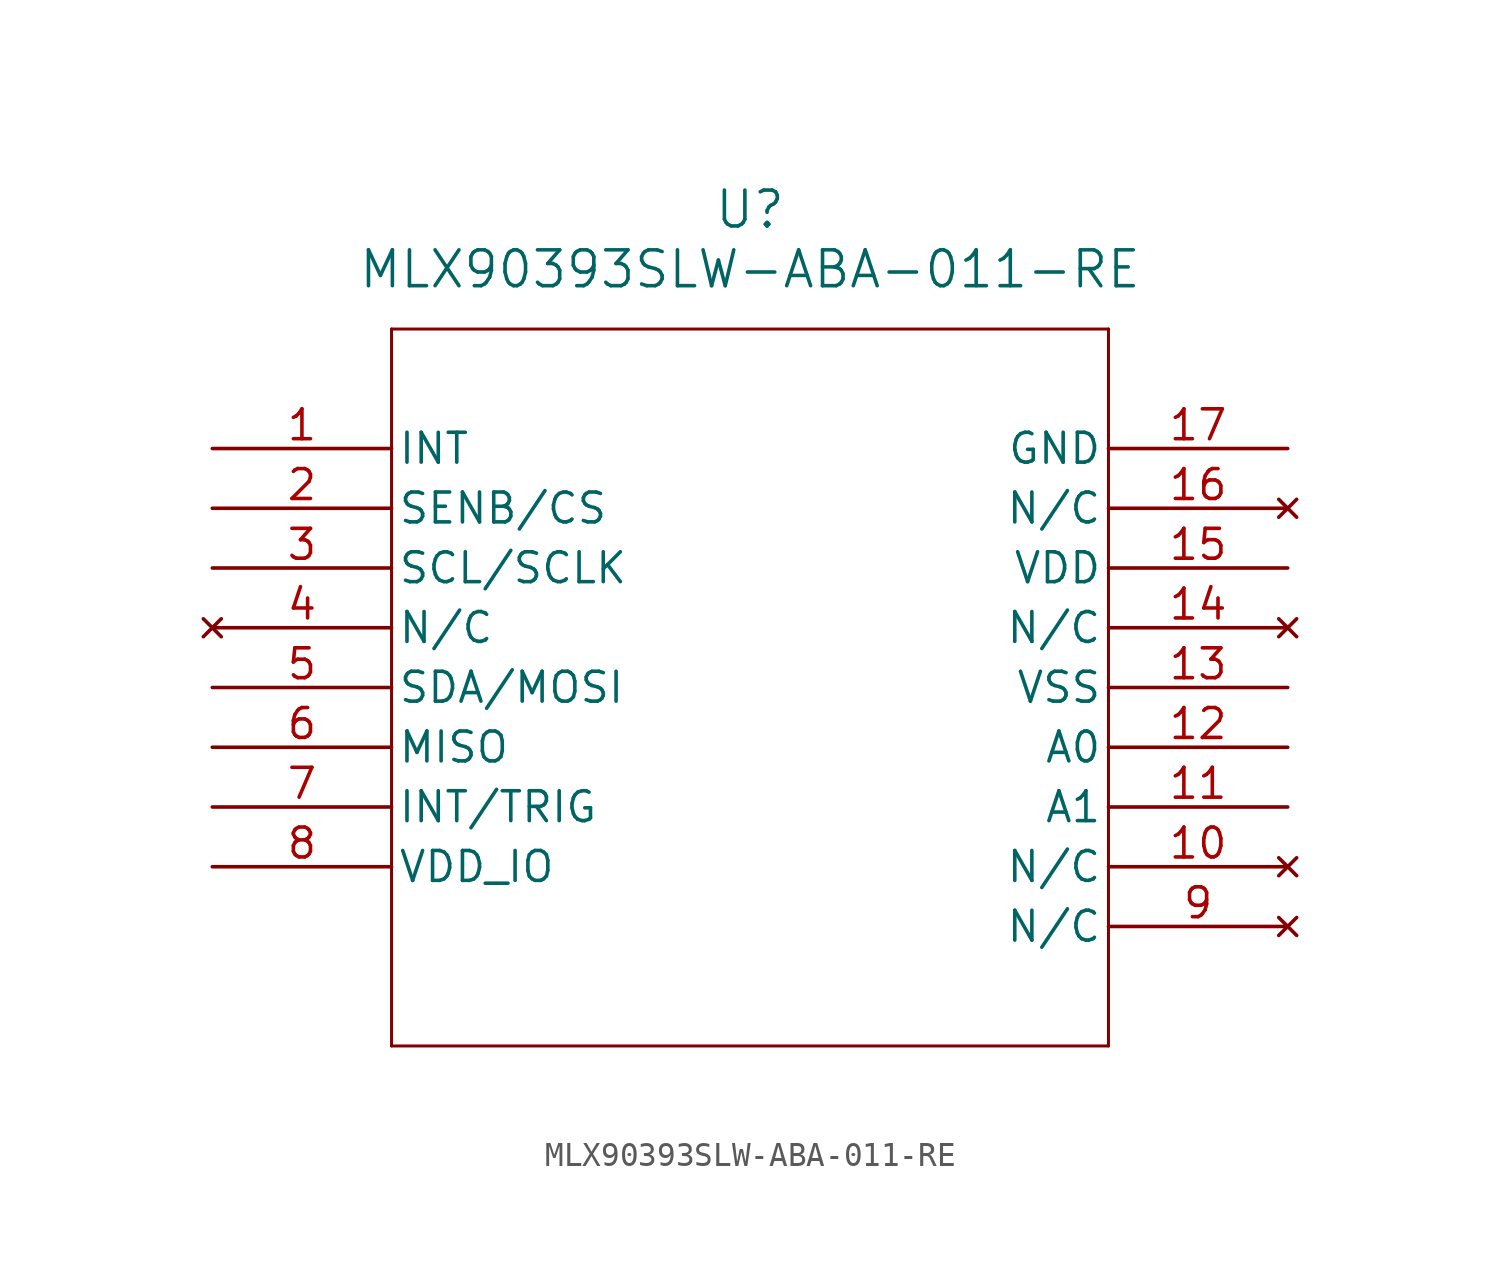
<source format=kicad_sym>
(kicad_symbol_lib
  (version 20211014)
  (generator kicad_symbol_editor)
  (symbol "MLX90393SLW-ABA-011-RE"
    (pin_names
      (offset 0.254))
    (property "Reference" "U"
      (at 22.86 10.16 0)
      (effects (font (size 1.524 1.524))))
    (property "Value" "MLX90393SLW-ABA-011-RE"
      (at 22.86 7.62 0)
      (effects (font (size 1.524 1.524))))
    (symbol "MLX90393SLW-ABA-011-RE_0_1"
      (polyline (pts (xy 7.62 5.08) (xy 7.62 -25.4)) (stroke (width 0.127) (type default) (color 0 0 0 0)) (fill (type none)))
      (polyline (pts (xy 7.62 -25.4) (xy 38.1 -25.4)) (stroke (width 0.127) (type default) (color 0 0 0 0)) (fill (type none)))
      (polyline (pts (xy 38.1 -25.4) (xy 38.1 5.08)) (stroke (width 0.127) (type default) (color 0 0 0 0)) (fill (type none)))
      (polyline (pts (xy 38.1 5.08) (xy 7.62 5.08)) (stroke (width 0.127) (type default) (color 0 0 0 0)) (fill (type none)))
      (pin output line (at 0 0 0) (length 7.62) (name "INT" (effects (font (size 1.27 1.27)))) (number "1" (effects (font (size 1.27 1.27)))))
      (pin input line (at 0 -2.54 0) (length 7.62) (name "SENB/CS" (effects (font (size 1.27 1.27)))) (number "2" (effects (font (size 1.27 1.27)))))
      (pin input line (at 0 -5.08 0) (length 7.62) (name "SCL/SCLK" (effects (font (size 1.27 1.27)))) (number "3" (effects (font (size 1.27 1.27)))))
      (pin no_connect line (at 0 -7.62 0) (length 7.62) (name "N/C" (effects (font (size 1.27 1.27)))) (number "4" (effects (font (size 1.27 1.27)))))
      (pin bidirectional line (at 0 -10.16 0) (length 7.62) (name "SDA/MOSI" (effects (font (size 1.27 1.27)))) (number "5" (effects (font (size 1.27 1.27)))))
      (pin output line (at 0 -12.7 0) (length 7.62) (name "MISO" (effects (font (size 1.27 1.27)))) (number "6" (effects (font (size 1.27 1.27)))))
      (pin bidirectional line (at 0 -15.24 0) (length 7.62) (name "INT/TRIG" (effects (font (size 1.27 1.27)))) (number "7" (effects (font (size 1.27 1.27)))))
      (pin power_in line (at 0 -17.78 0) (length 7.62) (name "VDD_IO" (effects (font (size 1.27 1.27)))) (number "8" (effects (font (size 1.27 1.27)))))
      (pin no_connect line (at 45.72 -20.32 180) (length 7.62) (name "N/C" (effects (font (size 1.27 1.27)))) (number "9" (effects (font (size 1.27 1.27)))))
      (pin no_connect line (at 45.72 -17.78 180) (length 7.62) (name "N/C" (effects (font (size 1.27 1.27)))) (number "10" (effects (font (size 1.27 1.27)))))
      (pin input line (at 45.72 -15.24 180) (length 7.62) (name "A1" (effects (font (size 1.27 1.27)))) (number "11" (effects (font (size 1.27 1.27)))))
      (pin input line (at 45.72 -12.7 180) (length 7.62) (name "A0" (effects (font (size 1.27 1.27)))) (number "12" (effects (font (size 1.27 1.27)))))
      (pin power_out line (at 45.72 -10.16 180) (length 7.62) (name "VSS" (effects (font (size 1.27 1.27)))) (number "13" (effects (font (size 1.27 1.27)))))
      (pin no_connect line (at 45.72 -7.62 180) (length 7.62) (name "N/C" (effects (font (size 1.27 1.27)))) (number "14" (effects (font (size 1.27 1.27)))))
      (pin power_in line (at 45.72 -5.08 180) (length 7.62) (name "VDD" (effects (font (size 1.27 1.27)))) (number "15" (effects (font (size 1.27 1.27)))))
      (pin no_connect line (at 45.72 -2.54 180) (length 7.62) (name "N/C" (effects (font (size 1.27 1.27)))) (number "16" (effects (font (size 1.27 1.27)))))
      (pin power_out line (at 45.72 0 180) (length 7.62) (name "GND" (effects (font (size 1.27 1.27)))) (number "17" (effects (font (size 1.27 1.27))))))))
</source>
